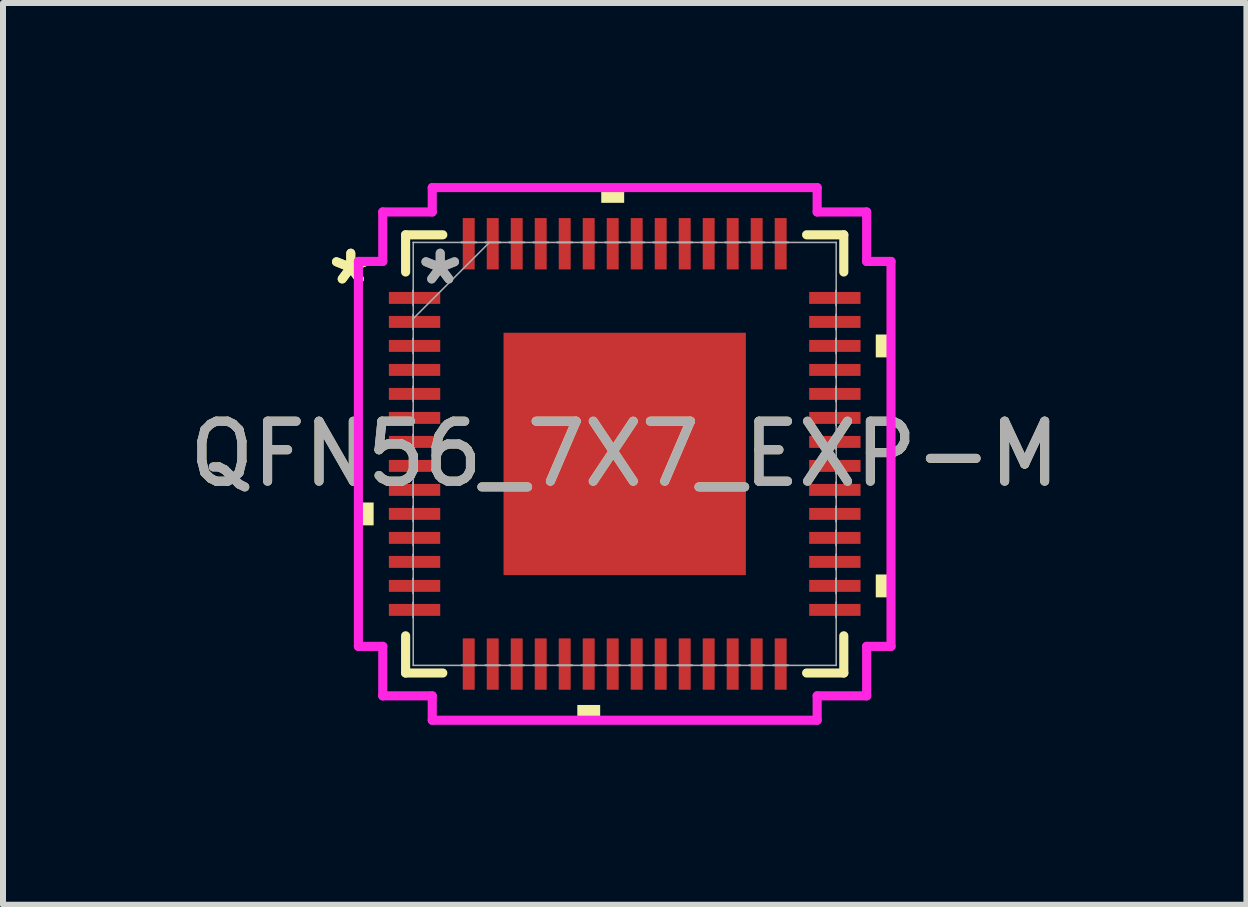
<source format=kicad_pcb>
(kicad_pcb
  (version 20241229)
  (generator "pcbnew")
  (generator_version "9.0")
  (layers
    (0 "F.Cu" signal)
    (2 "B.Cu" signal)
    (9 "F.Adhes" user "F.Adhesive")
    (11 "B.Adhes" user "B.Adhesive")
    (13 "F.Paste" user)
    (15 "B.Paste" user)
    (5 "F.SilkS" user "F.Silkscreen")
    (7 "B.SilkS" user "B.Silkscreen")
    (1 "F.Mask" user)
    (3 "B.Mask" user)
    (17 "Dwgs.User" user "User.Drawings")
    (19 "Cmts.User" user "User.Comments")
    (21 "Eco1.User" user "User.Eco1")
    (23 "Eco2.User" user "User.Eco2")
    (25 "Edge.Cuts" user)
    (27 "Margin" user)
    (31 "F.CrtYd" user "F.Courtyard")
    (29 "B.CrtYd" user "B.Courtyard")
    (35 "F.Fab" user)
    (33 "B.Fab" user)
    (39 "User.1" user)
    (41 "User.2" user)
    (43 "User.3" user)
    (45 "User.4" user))
  (footprint "QFN56_7X7_EXP-M"
    (layer "F.Cu")
    (at 7.363 4.516)
    (property "Reference" "QFN56_7X7_EXP-M" (at 0 0 0) (unlocked yes) (layer "F.SilkS") (effects (font (size 1 1) (thickness 0.15))))
    (attr smd)
    (fp_line (start -3.652 -3.652) (end -3.652 -3.032) (stroke (width 0.152) (type solid)) (layer "F.SilkS"))
    (fp_line (start -3.652 3.032) (end -3.652 3.652) (stroke (width 0.152) (type solid)) (layer "F.SilkS"))
    (fp_line (start -3.652 3.652) (end -3.032 3.652) (stroke (width 0.152) (type solid)) (layer "F.SilkS"))
    (fp_line (start -3.032 -3.652) (end -3.652 -3.652) (stroke (width 0.152) (type solid)) (layer "F.SilkS"))
    (fp_line (start 3.032 3.652) (end 3.652 3.652) (stroke (width 0.152) (type solid)) (layer "F.SilkS"))
    (fp_line (start 3.652 -3.652) (end 3.032 -3.652) (stroke (width 0.152) (type solid)) (layer "F.SilkS"))
    (fp_line (start 3.652 -3.032) (end 3.652 -3.652) (stroke (width 0.152) (type solid)) (layer "F.SilkS"))
    (fp_line (start 3.652 3.652) (end 3.652 3.032) (stroke (width 0.152) (type solid)) (layer "F.SilkS"))
    (fp_poly (pts (xy -4.439 0.81) (xy -4.439 1.191) (xy -4.185 1.191) (xy -4.185 0.81)) (stroke (width 0) (type solid)) (fill yes) (layer "F.SilkS"))
    (fp_poly (pts (xy -0.79 4.185) (xy -0.79 4.439) (xy -0.409 4.439) (xy -0.409 4.185)) (stroke (width 0) (type solid)) (fill yes) (layer "F.SilkS"))
    (fp_poly (pts (xy -0.391 -4.185) (xy -0.391 -4.439) (xy -0.009 -4.439) (xy -0.009 -4.185)) (stroke (width 0) (type solid)) (fill yes) (layer "F.SilkS"))
    (fp_poly (pts (xy 4.439 -1.99) (xy 4.439 -1.609) (xy 4.185 -1.609) (xy 4.185 -1.99)) (stroke (width 0) (type solid)) (fill yes) (layer "F.SilkS"))
    (fp_poly (pts (xy 4.439 2.01) (xy 4.439 2.391) (xy 4.185 2.391) (xy 4.185 2.01)) (stroke (width 0) (type solid)) (fill yes) (layer "F.SilkS"))
    (fp_poly (pts (xy -1.919 -1.919) (xy -1.919 -0.773) (xy -0.773 -0.773) (xy -0.773 -1.919)) (stroke (width 0) (type solid)) (fill yes) (layer "F.Paste"))
    (fp_poly (pts (xy -1.919 -0.573) (xy -1.919 0.573) (xy -0.773 0.573) (xy -0.773 -0.573)) (stroke (width 0) (type solid)) (fill yes) (layer "F.Paste"))
    (fp_poly (pts (xy -1.919 0.773) (xy -1.919 1.919) (xy -0.773 1.919) (xy -0.773 0.773)) (stroke (width 0) (type solid)) (fill yes) (layer "F.Paste"))
    (fp_poly (pts (xy -0.573 -1.919) (xy -0.573 -0.773) (xy 0.573 -0.773) (xy 0.573 -1.919)) (stroke (width 0) (type solid)) (fill yes) (layer "F.Paste"))
    (fp_poly (pts (xy -0.573 -0.573) (xy -0.573 0.573) (xy 0.573 0.573) (xy 0.573 -0.573)) (stroke (width 0) (type solid)) (fill yes) (layer "F.Paste"))
    (fp_poly (pts (xy -0.573 0.773) (xy -0.573 1.919) (xy 0.573 1.919) (xy 0.573 0.773)) (stroke (width 0) (type solid)) (fill yes) (layer "F.Paste"))
    (fp_poly (pts (xy 0.773 -1.919) (xy 0.773 -0.773) (xy 1.919 -0.773) (xy 1.919 -1.919)) (stroke (width 0) (type solid)) (fill yes) (layer "F.Paste"))
    (fp_poly (pts (xy 0.773 -0.573) (xy 0.773 0.573) (xy 1.919 0.573) (xy 1.919 -0.573)) (stroke (width 0) (type solid)) (fill yes) (layer "F.Paste"))
    (fp_poly (pts (xy 0.773 0.773) (xy 0.773 1.919) (xy 1.919 1.919) (xy 1.919 0.773)) (stroke (width 0) (type solid)) (fill yes) (layer "F.Paste"))
    (fp_line (start -4.439 -3.208) (end -4.033 -3.208) (stroke (width 0.152) (type solid)) (layer "F.CrtYd"))
    (fp_line (start -4.439 3.208) (end -4.439 -3.208) (stroke (width 0.152) (type solid)) (layer "F.CrtYd"))
    (fp_line (start -4.033 -4.033) (end -3.208 -4.033) (stroke (width 0.152) (type solid)) (layer "F.CrtYd"))
    (fp_line (start -4.033 -3.208) (end -4.033 -4.033) (stroke (width 0.152) (type solid)) (layer "F.CrtYd"))
    (fp_line (start -4.033 3.208) (end -4.439 3.208) (stroke (width 0.152) (type solid)) (layer "F.CrtYd"))
    (fp_line (start -4.033 4.033) (end -4.033 3.208) (stroke (width 0.152) (type solid)) (layer "F.CrtYd"))
    (fp_line (start -3.208 -4.439) (end 3.208 -4.439) (stroke (width 0.152) (type solid)) (layer "F.CrtYd"))
    (fp_line (start -3.208 -4.033) (end -3.208 -4.439) (stroke (width 0.152) (type solid)) (layer "F.CrtYd"))
    (fp_line (start -3.208 4.033) (end -4.033 4.033) (stroke (width 0.152) (type solid)) (layer "F.CrtYd"))
    (fp_line (start -3.208 4.439) (end -3.208 4.033) (stroke (width 0.152) (type solid)) (layer "F.CrtYd"))
    (fp_line (start 3.208 -4.439) (end 3.208 -4.033) (stroke (width 0.152) (type solid)) (layer "F.CrtYd"))
    (fp_line (start 3.208 -4.033) (end 4.033 -4.033) (stroke (width 0.152) (type solid)) (layer "F.CrtYd"))
    (fp_line (start 3.208 4.033) (end 3.208 4.439) (stroke (width 0.152) (type solid)) (layer "F.CrtYd"))
    (fp_line (start 3.208 4.439) (end -3.208 4.439) (stroke (width 0.152) (type solid)) (layer "F.CrtYd"))
    (fp_line (start 4.033 -4.033) (end 4.033 -3.208) (stroke (width 0.152) (type solid)) (layer "F.CrtYd"))
    (fp_line (start 4.033 -3.208) (end 4.439 -3.208) (stroke (width 0.152) (type solid)) (layer "F.CrtYd"))
    (fp_line (start 4.033 3.208) (end 4.033 4.033) (stroke (width 0.152) (type solid)) (layer "F.CrtYd"))
    (fp_line (start 4.033 4.033) (end 3.208 4.033) (stroke (width 0.152) (type solid)) (layer "F.CrtYd"))
    (fp_line (start 4.439 -3.208) (end 4.439 3.208) (stroke (width 0.152) (type solid)) (layer "F.CrtYd"))
    (fp_line (start 4.439 3.208) (end 4.033 3.208) (stroke (width 0.152) (type solid)) (layer "F.CrtYd"))
    (fp_line (start -3.525 -3.525) (end -3.525 -3.525) (stroke (width 0.025) (type solid)) (layer "F.Fab"))
    (fp_line (start -3.525 -3.525) (end -3.525 3.525) (stroke (width 0.025) (type solid)) (layer "F.Fab"))
    (fp_line (start -3.525 -2.725) (end -3.525 -2.725) (stroke (width 0.025) (type solid)) (layer "F.Fab"))
    (fp_line (start -3.525 -2.725) (end -3.525 -2.475) (stroke (width 0.025) (type solid)) (layer "F.Fab"))
    (fp_line (start -3.525 -2.475) (end -3.525 -2.725) (stroke (width 0.025) (type solid)) (layer "F.Fab"))
    (fp_line (start -3.525 -2.475) (end -3.525 -2.475) (stroke (width 0.025) (type solid)) (layer "F.Fab"))
    (fp_line (start -3.525 -2.325) (end -3.525 -2.325) (stroke (width 0.025) (type solid)) (layer "F.Fab"))
    (fp_line (start -3.525 -2.325) (end -3.525 -2.075) (stroke (width 0.025) (type solid)) (layer "F.Fab"))
    (fp_line (start -3.525 -2.255) (end -2.255 -3.525) (stroke (width 0.025) (type solid)) (layer "F.Fab"))
    (fp_line (start -3.525 -2.075) (end -3.525 -2.325) (stroke (width 0.025) (type solid)) (layer "F.Fab"))
    (fp_line (start -3.525 -2.075) (end -3.525 -2.075) (stroke (width 0.025) (type solid)) (layer "F.Fab"))
    (fp_line (start -3.525 -1.925) (end -3.525 -1.925) (stroke (width 0.025) (type solid)) (layer "F.Fab"))
    (fp_line (start -3.525 -1.925) (end -3.525 -1.675) (stroke (width 0.025) (type solid)) (layer "F.Fab"))
    (fp_line (start -3.525 -1.675) (end -3.525 -1.925) (stroke (width 0.025) (type solid)) (layer "F.Fab"))
    (fp_line (start -3.525 -1.675) (end -3.525 -1.675) (stroke (width 0.025) (type solid)) (layer "F.Fab"))
    (fp_line (start -3.525 -1.525) (end -3.525 -1.525) (stroke (width 0.025) (type solid)) (layer "F.Fab"))
    (fp_line (start -3.525 -1.525) (end -3.525 -1.275) (stroke (width 0.025) (type solid)) (layer "F.Fab"))
    (fp_line (start -3.525 -1.275) (end -3.525 -1.525) (stroke (width 0.025) (type solid)) (layer "F.Fab"))
    (fp_line (start -3.525 -1.275) (end -3.525 -1.275) (stroke (width 0.025) (type solid)) (layer "F.Fab"))
    (fp_line (start -3.525 -1.125) (end -3.525 -1.125) (stroke (width 0.025) (type solid)) (layer "F.Fab"))
    (fp_line (start -3.525 -1.125) (end -3.525 -0.875) (stroke (width 0.025) (type solid)) (layer "F.Fab"))
    (fp_line (start -3.525 -0.875) (end -3.525 -1.125) (stroke (width 0.025) (type solid)) (layer "F.Fab"))
    (fp_line (start -3.525 -0.875) (end -3.525 -0.875) (stroke (width 0.025) (type solid)) (layer "F.Fab"))
    (fp_line (start -3.525 -0.725) (end -3.525 -0.725) (stroke (width 0.025) (type solid)) (layer "F.Fab"))
    (fp_line (start -3.525 -0.725) (end -3.525 -0.475) (stroke (width 0.025) (type solid)) (layer "F.Fab"))
    (fp_line (start -3.525 -0.475) (end -3.525 -0.725) (stroke (width 0.025) (type solid)) (layer "F.Fab"))
    (fp_line (start -3.525 -0.475) (end -3.525 -0.475) (stroke (width 0.025) (type solid)) (layer "F.Fab"))
    (fp_line (start -3.525 -0.325) (end -3.525 -0.325) (stroke (width 0.025) (type solid)) (layer "F.Fab"))
    (fp_line (start -3.525 -0.325) (end -3.525 -0.075) (stroke (width 0.025) (type solid)) (layer "F.Fab"))
    (fp_line (start -3.525 -0.075) (end -3.525 -0.325) (stroke (width 0.025) (type solid)) (layer "F.Fab"))
    (fp_line (start -3.525 -0.075) (end -3.525 -0.075) (stroke (width 0.025) (type solid)) (layer "F.Fab"))
    (fp_line (start -3.525 0.075) (end -3.525 0.075) (stroke (width 0.025) (type solid)) (layer "F.Fab"))
    (fp_line (start -3.525 0.075) (end -3.525 0.325) (stroke (width 0.025) (type solid)) (layer "F.Fab"))
    (fp_line (start -3.525 0.325) (end -3.525 0.075) (stroke (width 0.025) (type solid)) (layer "F.Fab"))
    (fp_line (start -3.525 0.325) (end -3.525 0.325) (stroke (width 0.025) (type solid)) (layer "F.Fab"))
    (fp_line (start -3.525 0.475) (end -3.525 0.475) (stroke (width 0.025) (type solid)) (layer "F.Fab"))
    (fp_line (start -3.525 0.475) (end -3.525 0.725) (stroke (width 0.025) (type solid)) (layer "F.Fab"))
    (fp_line (start -3.525 0.725) (end -3.525 0.475) (stroke (width 0.025) (type solid)) (layer "F.Fab"))
    (fp_line (start -3.525 0.725) (end -3.525 0.725) (stroke (width 0.025) (type solid)) (layer "F.Fab"))
    (fp_line (start -3.525 0.875) (end -3.525 0.875) (stroke (width 0.025) (type solid)) (layer "F.Fab"))
    (fp_line (start -3.525 0.875) (end -3.525 1.125) (stroke (width 0.025) (type solid)) (layer "F.Fab"))
    (fp_line (start -3.525 1.125) (end -3.525 0.875) (stroke (width 0.025) (type solid)) (layer "F.Fab"))
    (fp_line (start -3.525 1.125) (end -3.525 1.125) (stroke (width 0.025) (type solid)) (layer "F.Fab"))
    (fp_line (start -3.525 1.275) (end -3.525 1.275) (stroke (width 0.025) (type solid)) (layer "F.Fab"))
    (fp_line (start -3.525 1.275) (end -3.525 1.525) (stroke (width 0.025) (type solid)) (layer "F.Fab"))
    (fp_line (start -3.525 1.525) (end -3.525 1.275) (stroke (width 0.025) (type solid)) (layer "F.Fab"))
    (fp_line (start -3.525 1.525) (end -3.525 1.525) (stroke (width 0.025) (type solid)) (layer "F.Fab"))
    (fp_line (start -3.525 1.675) (end -3.525 1.675) (stroke (width 0.025) (type solid)) (layer "F.Fab"))
    (fp_line (start -3.525 1.675) (end -3.525 1.925) (stroke (width 0.025) (type solid)) (layer "F.Fab"))
    (fp_line (start -3.525 1.925) (end -3.525 1.675) (stroke (width 0.025) (type solid)) (layer "F.Fab"))
    (fp_line (start -3.525 1.925) (end -3.525 1.925) (stroke (width 0.025) (type solid)) (layer "F.Fab"))
    (fp_line (start -3.525 2.075) (end -3.525 2.075) (stroke (width 0.025) (type solid)) (layer "F.Fab"))
    (fp_line (start -3.525 2.075) (end -3.525 2.325) (stroke (width 0.025) (type solid)) (layer "F.Fab"))
    (fp_line (start -3.525 2.325) (end -3.525 2.075) (stroke (width 0.025) (type solid)) (layer "F.Fab"))
    (fp_line (start -3.525 2.325) (end -3.525 2.325) (stroke (width 0.025) (type solid)) (layer "F.Fab"))
    (fp_line (start -3.525 2.475) (end -3.525 2.475) (stroke (width 0.025) (type solid)) (layer "F.Fab"))
    (fp_line (start -3.525 2.475) (end -3.525 2.725) (stroke (width 0.025) (type solid)) (layer "F.Fab"))
    (fp_line (start -3.525 2.725) (end -3.525 2.475) (stroke (width 0.025) (type solid)) (layer "F.Fab"))
    (fp_line (start -3.525 2.725) (end -3.525 2.725) (stroke (width 0.025) (type solid)) (layer "F.Fab"))
    (fp_line (start -3.525 3.525) (end -3.525 3.525) (stroke (width 0.025) (type solid)) (layer "F.Fab"))
    (fp_line (start -3.525 3.525) (end 3.525 3.525) (stroke (width 0.025) (type solid)) (layer "F.Fab"))
    (fp_line (start -2.725 -3.525) (end -2.725 -3.525) (stroke (width 0.025) (type solid)) (layer "F.Fab"))
    (fp_line (start -2.725 -3.525) (end -2.475 -3.525) (stroke (width 0.025) (type solid)) (layer "F.Fab"))
    (fp_line (start -2.725 3.525) (end -2.725 3.525) (stroke (width 0.025) (type solid)) (layer "F.Fab"))
    (fp_line (start -2.725 3.525) (end -2.475 3.525) (stroke (width 0.025) (type solid)) (layer "F.Fab"))
    (fp_line (start -2.475 -3.525) (end -2.725 -3.525) (stroke (width 0.025) (type solid)) (layer "F.Fab"))
    (fp_line (start -2.475 -3.525) (end -2.475 -3.525) (stroke (width 0.025) (type solid)) (layer "F.Fab"))
    (fp_line (start -2.475 3.525) (end -2.725 3.525) (stroke (width 0.025) (type solid)) (layer "F.Fab"))
    (fp_line (start -2.475 3.525) (end -2.475 3.525) (stroke (width 0.025) (type solid)) (layer "F.Fab"))
    (fp_line (start -2.325 -3.525) (end -2.325 -3.525) (stroke (width 0.025) (type solid)) (layer "F.Fab"))
    (fp_line (start -2.325 -3.525) (end -2.075 -3.525) (stroke (width 0.025) (type solid)) (layer "F.Fab"))
    (fp_line (start -2.325 3.525) (end -2.325 3.525) (stroke (width 0.025) (type solid)) (layer "F.Fab"))
    (fp_line (start -2.325 3.525) (end -2.075 3.525) (stroke (width 0.025) (type solid)) (layer "F.Fab"))
    (fp_line (start -2.075 -3.525) (end -2.325 -3.525) (stroke (width 0.025) (type solid)) (layer "F.Fab"))
    (fp_line (start -2.075 -3.525) (end -2.075 -3.525) (stroke (width 0.025) (type solid)) (layer "F.Fab"))
    (fp_line (start -2.075 3.525) (end -2.325 3.525) (stroke (width 0.025) (type solid)) (layer "F.Fab"))
    (fp_line (start -2.075 3.525) (end -2.075 3.525) (stroke (width 0.025) (type solid)) (layer "F.Fab"))
    (fp_line (start -1.925 -3.525) (end -1.925 -3.525) (stroke (width 0.025) (type solid)) (layer "F.Fab"))
    (fp_line (start -1.925 -3.525) (end -1.675 -3.525) (stroke (width 0.025) (type solid)) (layer "F.Fab"))
    (fp_line (start -1.925 3.525) (end -1.925 3.525) (stroke (width 0.025) (type solid)) (layer "F.Fab"))
    (fp_line (start -1.925 3.525) (end -1.675 3.525) (stroke (width 0.025) (type solid)) (layer "F.Fab"))
    (fp_line (start -1.675 -3.525) (end -1.925 -3.525) (stroke (width 0.025) (type solid)) (layer "F.Fab"))
    (fp_line (start -1.675 -3.525) (end -1.675 -3.525) (stroke (width 0.025) (type solid)) (layer "F.Fab"))
    (fp_line (start -1.675 3.525) (end -1.925 3.525) (stroke (width 0.025) (type solid)) (layer "F.Fab"))
    (fp_line (start -1.675 3.525) (end -1.675 3.525) (stroke (width 0.025) (type solid)) (layer "F.Fab"))
    (fp_line (start -1.525 -3.525) (end -1.525 -3.525) (stroke (width 0.025) (type solid)) (layer "F.Fab"))
    (fp_line (start -1.525 -3.525) (end -1.275 -3.525) (stroke (width 0.025) (type solid)) (layer "F.Fab"))
    (fp_line (start -1.525 3.525) (end -1.525 3.525) (stroke (width 0.025) (type solid)) (layer "F.Fab"))
    (fp_line (start -1.525 3.525) (end -1.275 3.525) (stroke (width 0.025) (type solid)) (layer "F.Fab"))
    (fp_line (start -1.275 -3.525) (end -1.525 -3.525) (stroke (width 0.025) (type solid)) (layer "F.Fab"))
    (fp_line (start -1.275 -3.525) (end -1.275 -3.525) (stroke (width 0.025) (type solid)) (layer "F.Fab"))
    (fp_line (start -1.275 3.525) (end -1.525 3.525) (stroke (width 0.025) (type solid)) (layer "F.Fab"))
    (fp_line (start -1.275 3.525) (end -1.275 3.525) (stroke (width 0.025) (type solid)) (layer "F.Fab"))
    (fp_line (start -1.125 -3.525) (end -1.125 -3.525) (stroke (width 0.025) (type solid)) (layer "F.Fab"))
    (fp_line (start -1.125 -3.525) (end -0.875 -3.525) (stroke (width 0.025) (type solid)) (layer "F.Fab"))
    (fp_line (start -1.125 3.525) (end -1.125 3.525) (stroke (width 0.025) (type solid)) (layer "F.Fab"))
    (fp_line (start -1.125 3.525) (end -0.875 3.525) (stroke (width 0.025) (type solid)) (layer "F.Fab"))
    (fp_line (start -0.875 -3.525) (end -1.125 -3.525) (stroke (width 0.025) (type solid)) (layer "F.Fab"))
    (fp_line (start -0.875 -3.525) (end -0.875 -3.525) (stroke (width 0.025) (type solid)) (layer "F.Fab"))
    (fp_line (start -0.875 3.525) (end -1.125 3.525) (stroke (width 0.025) (type solid)) (layer "F.Fab"))
    (fp_line (start -0.875 3.525) (end -0.875 3.525) (stroke (width 0.025) (type solid)) (layer "F.Fab"))
    (fp_line (start -0.725 -3.525) (end -0.725 -3.525) (stroke (width 0.025) (type solid)) (layer "F.Fab"))
    (fp_line (start -0.725 -3.525) (end -0.475 -3.525) (stroke (width 0.025) (type solid)) (layer "F.Fab"))
    (fp_line (start -0.725 3.525) (end -0.725 3.525) (stroke (width 0.025) (type solid)) (layer "F.Fab"))
    (fp_line (start -0.725 3.525) (end -0.475 3.525) (stroke (width 0.025) (type solid)) (layer "F.Fab"))
    (fp_line (start -0.475 -3.525) (end -0.725 -3.525) (stroke (width 0.025) (type solid)) (layer "F.Fab"))
    (fp_line (start -0.475 -3.525) (end -0.475 -3.525) (stroke (width 0.025) (type solid)) (layer "F.Fab"))
    (fp_line (start -0.475 3.525) (end -0.725 3.525) (stroke (width 0.025) (type solid)) (layer "F.Fab"))
    (fp_line (start -0.475 3.525) (end -0.475 3.525) (stroke (width 0.025) (type solid)) (layer "F.Fab"))
    (fp_line (start -0.325 -3.525) (end -0.325 -3.525) (stroke (width 0.025) (type solid)) (layer "F.Fab"))
    (fp_line (start -0.325 -3.525) (end -0.075 -3.525) (stroke (width 0.025) (type solid)) (layer "F.Fab"))
    (fp_line (start -0.325 3.525) (end -0.325 3.525) (stroke (width 0.025) (type solid)) (layer "F.Fab"))
    (fp_line (start -0.325 3.525) (end -0.075 3.525) (stroke (width 0.025) (type solid)) (layer "F.Fab"))
    (fp_line (start -0.075 -3.525) (end -0.325 -3.525) (stroke (width 0.025) (type solid)) (layer "F.Fab"))
    (fp_line (start -0.075 -3.525) (end -0.075 -3.525) (stroke (width 0.025) (type solid)) (layer "F.Fab"))
    (fp_line (start -0.075 3.525) (end -0.325 3.525) (stroke (width 0.025) (type solid)) (layer "F.Fab"))
    (fp_line (start -0.075 3.525) (end -0.075 3.525) (stroke (width 0.025) (type solid)) (layer "F.Fab"))
    (fp_line (start 0.075 -3.525) (end 0.075 -3.525) (stroke (width 0.025) (type solid)) (layer "F.Fab"))
    (fp_line (start 0.075 -3.525) (end 0.325 -3.525) (stroke (width 0.025) (type solid)) (layer "F.Fab"))
    (fp_line (start 0.075 3.525) (end 0.075 3.525) (stroke (width 0.025) (type solid)) (layer "F.Fab"))
    (fp_line (start 0.075 3.525) (end 0.325 3.525) (stroke (width 0.025) (type solid)) (layer "F.Fab"))
    (fp_line (start 0.325 -3.525) (end 0.075 -3.525) (stroke (width 0.025) (type solid)) (layer "F.Fab"))
    (fp_line (start 0.325 -3.525) (end 0.325 -3.525) (stroke (width 0.025) (type solid)) (layer "F.Fab"))
    (fp_line (start 0.325 3.525) (end 0.075 3.525) (stroke (width 0.025) (type solid)) (layer "F.Fab"))
    (fp_line (start 0.325 3.525) (end 0.325 3.525) (stroke (width 0.025) (type solid)) (layer "F.Fab"))
    (fp_line (start 0.475 -3.525) (end 0.475 -3.525) (stroke (width 0.025) (type solid)) (layer "F.Fab"))
    (fp_line (start 0.475 -3.525) (end 0.725 -3.525) (stroke (width 0.025) (type solid)) (layer "F.Fab"))
    (fp_line (start 0.475 3.525) (end 0.475 3.525) (stroke (width 0.025) (type solid)) (layer "F.Fab"))
    (fp_line (start 0.475 3.525) (end 0.725 3.525) (stroke (width 0.025) (type solid)) (layer "F.Fab"))
    (fp_line (start 0.725 -3.525) (end 0.475 -3.525) (stroke (width 0.025) (type solid)) (layer "F.Fab"))
    (fp_line (start 0.725 -3.525) (end 0.725 -3.525) (stroke (width 0.025) (type solid)) (layer "F.Fab"))
    (fp_line (start 0.725 3.525) (end 0.475 3.525) (stroke (width 0.025) (type solid)) (layer "F.Fab"))
    (fp_line (start 0.725 3.525) (end 0.725 3.525) (stroke (width 0.025) (type solid)) (layer "F.Fab"))
    (fp_line (start 0.875 -3.525) (end 0.875 -3.525) (stroke (width 0.025) (type solid)) (layer "F.Fab"))
    (fp_line (start 0.875 -3.525) (end 1.125 -3.525) (stroke (width 0.025) (type solid)) (layer "F.Fab"))
    (fp_line (start 0.875 3.525) (end 0.875 3.525) (stroke (width 0.025) (type solid)) (layer "F.Fab"))
    (fp_line (start 0.875 3.525) (end 1.125 3.525) (stroke (width 0.025) (type solid)) (layer "F.Fab"))
    (fp_line (start 1.125 -3.525) (end 0.875 -3.525) (stroke (width 0.025) (type solid)) (layer "F.Fab"))
    (fp_line (start 1.125 -3.525) (end 1.125 -3.525) (stroke (width 0.025) (type solid)) (layer "F.Fab"))
    (fp_line (start 1.125 3.525) (end 0.875 3.525) (stroke (width 0.025) (type solid)) (layer "F.Fab"))
    (fp_line (start 1.125 3.525) (end 1.125 3.525) (stroke (width 0.025) (type solid)) (layer "F.Fab"))
    (fp_line (start 1.275 -3.525) (end 1.275 -3.525) (stroke (width 0.025) (type solid)) (layer "F.Fab"))
    (fp_line (start 1.275 -3.525) (end 1.525 -3.525) (stroke (width 0.025) (type solid)) (layer "F.Fab"))
    (fp_line (start 1.275 3.525) (end 1.275 3.525) (stroke (width 0.025) (type solid)) (layer "F.Fab"))
    (fp_line (start 1.275 3.525) (end 1.525 3.525) (stroke (width 0.025) (type solid)) (layer "F.Fab"))
    (fp_line (start 1.525 -3.525) (end 1.275 -3.525) (stroke (width 0.025) (type solid)) (layer "F.Fab"))
    (fp_line (start 1.525 -3.525) (end 1.525 -3.525) (stroke (width 0.025) (type solid)) (layer "F.Fab"))
    (fp_line (start 1.525 3.525) (end 1.275 3.525) (stroke (width 0.025) (type solid)) (layer "F.Fab"))
    (fp_line (start 1.525 3.525) (end 1.525 3.525) (stroke (width 0.025) (type solid)) (layer "F.Fab"))
    (fp_line (start 1.675 -3.525) (end 1.675 -3.525) (stroke (width 0.025) (type solid)) (layer "F.Fab"))
    (fp_line (start 1.675 -3.525) (end 1.925 -3.525) (stroke (width 0.025) (type solid)) (layer "F.Fab"))
    (fp_line (start 1.675 3.525) (end 1.675 3.525) (stroke (width 0.025) (type solid)) (layer "F.Fab"))
    (fp_line (start 1.675 3.525) (end 1.925 3.525) (stroke (width 0.025) (type solid)) (layer "F.Fab"))
    (fp_line (start 1.925 -3.525) (end 1.675 -3.525) (stroke (width 0.025) (type solid)) (layer "F.Fab"))
    (fp_line (start 1.925 -3.525) (end 1.925 -3.525) (stroke (width 0.025) (type solid)) (layer "F.Fab"))
    (fp_line (start 1.925 3.525) (end 1.675 3.525) (stroke (width 0.025) (type solid)) (layer "F.Fab"))
    (fp_line (start 1.925 3.525) (end 1.925 3.525) (stroke (width 0.025) (type solid)) (layer "F.Fab"))
    (fp_line (start 2.075 -3.525) (end 2.075 -3.525) (stroke (width 0.025) (type solid)) (layer "F.Fab"))
    (fp_line (start 2.075 -3.525) (end 2.325 -3.525) (stroke (width 0.025) (type solid)) (layer "F.Fab"))
    (fp_line (start 2.075 3.525) (end 2.075 3.525) (stroke (width 0.025) (type solid)) (layer "F.Fab"))
    (fp_line (start 2.075 3.525) (end 2.325 3.525) (stroke (width 0.025) (type solid)) (layer "F.Fab"))
    (fp_line (start 2.325 -3.525) (end 2.075 -3.525) (stroke (width 0.025) (type solid)) (layer "F.Fab"))
    (fp_line (start 2.325 -3.525) (end 2.325 -3.525) (stroke (width 0.025) (type solid)) (layer "F.Fab"))
    (fp_line (start 2.325 3.525) (end 2.075 3.525) (stroke (width 0.025) (type solid)) (layer "F.Fab"))
    (fp_line (start 2.325 3.525) (end 2.325 3.525) (stroke (width 0.025) (type solid)) (layer "F.Fab"))
    (fp_line (start 2.475 -3.525) (end 2.475 -3.525) (stroke (width 0.025) (type solid)) (layer "F.Fab"))
    (fp_line (start 2.475 -3.525) (end 2.725 -3.525) (stroke (width 0.025) (type solid)) (layer "F.Fab"))
    (fp_line (start 2.475 3.525) (end 2.475 3.525) (stroke (width 0.025) (type solid)) (layer "F.Fab"))
    (fp_line (start 2.475 3.525) (end 2.725 3.525) (stroke (width 0.025) (type solid)) (layer "F.Fab"))
    (fp_line (start 2.725 -3.525) (end 2.475 -3.525) (stroke (width 0.025) (type solid)) (layer "F.Fab"))
    (fp_line (start 2.725 -3.525) (end 2.725 -3.525) (stroke (width 0.025) (type solid)) (layer "F.Fab"))
    (fp_line (start 2.725 3.525) (end 2.475 3.525) (stroke (width 0.025) (type solid)) (layer "F.Fab"))
    (fp_line (start 2.725 3.525) (end 2.725 3.525) (stroke (width 0.025) (type solid)) (layer "F.Fab"))
    (fp_line (start 3.525 -3.525) (end -3.525 -3.525) (stroke (width 0.025) (type solid)) (layer "F.Fab"))
    (fp_line (start 3.525 -3.525) (end 3.525 -3.525) (stroke (width 0.025) (type solid)) (layer "F.Fab"))
    (fp_line (start 3.525 -2.725) (end 3.525 -2.725) (stroke (width 0.025) (type solid)) (layer "F.Fab"))
    (fp_line (start 3.525 -2.725) (end 3.525 -2.475) (stroke (width 0.025) (type solid)) (layer "F.Fab"))
    (fp_line (start 3.525 -2.475) (end 3.525 -2.725) (stroke (width 0.025) (type solid)) (layer "F.Fab"))
    (fp_line (start 3.525 -2.475) (end 3.525 -2.475) (stroke (width 0.025) (type solid)) (layer "F.Fab"))
    (fp_line (start 3.525 -2.325) (end 3.525 -2.325) (stroke (width 0.025) (type solid)) (layer "F.Fab"))
    (fp_line (start 3.525 -2.325) (end 3.525 -2.075) (stroke (width 0.025) (type solid)) (layer "F.Fab"))
    (fp_line (start 3.525 -2.075) (end 3.525 -2.325) (stroke (width 0.025) (type solid)) (layer "F.Fab"))
    (fp_line (start 3.525 -2.075) (end 3.525 -2.075) (stroke (width 0.025) (type solid)) (layer "F.Fab"))
    (fp_line (start 3.525 -1.925) (end 3.525 -1.925) (stroke (width 0.025) (type solid)) (layer "F.Fab"))
    (fp_line (start 3.525 -1.925) (end 3.525 -1.675) (stroke (width 0.025) (type solid)) (layer "F.Fab"))
    (fp_line (start 3.525 -1.675) (end 3.525 -1.925) (stroke (width 0.025) (type solid)) (layer "F.Fab"))
    (fp_line (start 3.525 -1.675) (end 3.525 -1.675) (stroke (width 0.025) (type solid)) (layer "F.Fab"))
    (fp_line (start 3.525 -1.525) (end 3.525 -1.525) (stroke (width 0.025) (type solid)) (layer "F.Fab"))
    (fp_line (start 3.525 -1.525) (end 3.525 -1.275) (stroke (width 0.025) (type solid)) (layer "F.Fab"))
    (fp_line (start 3.525 -1.275) (end 3.525 -1.525) (stroke (width 0.025) (type solid)) (layer "F.Fab"))
    (fp_line (start 3.525 -1.275) (end 3.525 -1.275) (stroke (width 0.025) (type solid)) (layer "F.Fab"))
    (fp_line (start 3.525 -1.125) (end 3.525 -1.125) (stroke (width 0.025) (type solid)) (layer "F.Fab"))
    (fp_line (start 3.525 -1.125) (end 3.525 -0.875) (stroke (width 0.025) (type solid)) (layer "F.Fab"))
    (fp_line (start 3.525 -0.875) (end 3.525 -1.125) (stroke (width 0.025) (type solid)) (layer "F.Fab"))
    (fp_line (start 3.525 -0.875) (end 3.525 -0.875) (stroke (width 0.025) (type solid)) (layer "F.Fab"))
    (fp_line (start 3.525 -0.725) (end 3.525 -0.725) (stroke (width 0.025) (type solid)) (layer "F.Fab"))
    (fp_line (start 3.525 -0.725) (end 3.525 -0.475) (stroke (width 0.025) (type solid)) (layer "F.Fab"))
    (fp_line (start 3.525 -0.475) (end 3.525 -0.725) (stroke (width 0.025) (type solid)) (layer "F.Fab"))
    (fp_line (start 3.525 -0.475) (end 3.525 -0.475) (stroke (width 0.025) (type solid)) (layer "F.Fab"))
    (fp_line (start 3.525 -0.325) (end 3.525 -0.325) (stroke (width 0.025) (type solid)) (layer "F.Fab"))
    (fp_line (start 3.525 -0.325) (end 3.525 -0.075) (stroke (width 0.025) (type solid)) (layer "F.Fab"))
    (fp_line (start 3.525 -0.075) (end 3.525 -0.325) (stroke (width 0.025) (type solid)) (layer "F.Fab"))
    (fp_line (start 3.525 -0.075) (end 3.525 -0.075) (stroke (width 0.025) (type solid)) (layer "F.Fab"))
    (fp_line (start 3.525 0.075) (end 3.525 0.075) (stroke (width 0.025) (type solid)) (layer "F.Fab"))
    (fp_line (start 3.525 0.075) (end 3.525 0.325) (stroke (width 0.025) (type solid)) (layer "F.Fab"))
    (fp_line (start 3.525 0.325) (end 3.525 0.075) (stroke (width 0.025) (type solid)) (layer "F.Fab"))
    (fp_line (start 3.525 0.325) (end 3.525 0.325) (stroke (width 0.025) (type solid)) (layer "F.Fab"))
    (fp_line (start 3.525 0.475) (end 3.525 0.475) (stroke (width 0.025) (type solid)) (layer "F.Fab"))
    (fp_line (start 3.525 0.475) (end 3.525 0.725) (stroke (width 0.025) (type solid)) (layer "F.Fab"))
    (fp_line (start 3.525 0.725) (end 3.525 0.475) (stroke (width 0.025) (type solid)) (layer "F.Fab"))
    (fp_line (start 3.525 0.725) (end 3.525 0.725) (stroke (width 0.025) (type solid)) (layer "F.Fab"))
    (fp_line (start 3.525 0.875) (end 3.525 0.875) (stroke (width 0.025) (type solid)) (layer "F.Fab"))
    (fp_line (start 3.525 0.875) (end 3.525 1.125) (stroke (width 0.025) (type solid)) (layer "F.Fab"))
    (fp_line (start 3.525 1.125) (end 3.525 0.875) (stroke (width 0.025) (type solid)) (layer "F.Fab"))
    (fp_line (start 3.525 1.125) (end 3.525 1.125) (stroke (width 0.025) (type solid)) (layer "F.Fab"))
    (fp_line (start 3.525 1.275) (end 3.525 1.275) (stroke (width 0.025) (type solid)) (layer "F.Fab"))
    (fp_line (start 3.525 1.275) (end 3.525 1.525) (stroke (width 0.025) (type solid)) (layer "F.Fab"))
    (fp_line (start 3.525 1.525) (end 3.525 1.275) (stroke (width 0.025) (type solid)) (layer "F.Fab"))
    (fp_line (start 3.525 1.525) (end 3.525 1.525) (stroke (width 0.025) (type solid)) (layer "F.Fab"))
    (fp_line (start 3.525 1.675) (end 3.525 1.675) (stroke (width 0.025) (type solid)) (layer "F.Fab"))
    (fp_line (start 3.525 1.675) (end 3.525 1.925) (stroke (width 0.025) (type solid)) (layer "F.Fab"))
    (fp_line (start 3.525 1.925) (end 3.525 1.675) (stroke (width 0.025) (type solid)) (layer "F.Fab"))
    (fp_line (start 3.525 1.925) (end 3.525 1.925) (stroke (width 0.025) (type solid)) (layer "F.Fab"))
    (fp_line (start 3.525 2.075) (end 3.525 2.075) (stroke (width 0.025) (type solid)) (layer "F.Fab"))
    (fp_line (start 3.525 2.075) (end 3.525 2.325) (stroke (width 0.025) (type solid)) (layer "F.Fab"))
    (fp_line (start 3.525 2.325) (end 3.525 2.075) (stroke (width 0.025) (type solid)) (layer "F.Fab"))
    (fp_line (start 3.525 2.325) (end 3.525 2.325) (stroke (width 0.025) (type solid)) (layer "F.Fab"))
    (fp_line (start 3.525 2.475) (end 3.525 2.475) (stroke (width 0.025) (type solid)) (layer "F.Fab"))
    (fp_line (start 3.525 2.475) (end 3.525 2.725) (stroke (width 0.025) (type solid)) (layer "F.Fab"))
    (fp_line (start 3.525 2.725) (end 3.525 2.475) (stroke (width 0.025) (type solid)) (layer "F.Fab"))
    (fp_line (start 3.525 2.725) (end 3.525 2.725) (stroke (width 0.025) (type solid)) (layer "F.Fab"))
    (fp_line (start 3.525 3.525) (end 3.525 -3.525) (stroke (width 0.025) (type solid)) (layer "F.Fab"))
    (fp_line (start 3.525 3.525) (end 3.525 3.525) (stroke (width 0.025) (type solid)) (layer "F.Fab"))
    (fp_text user "*" (at -4.566 -2.8 0) (unlocked yes) (layer "F.SilkS") (effects (font (size 1 1) (thickness 0.15))))
    (fp_text user "*" (at -4.566 -2.8 0) (layer "F.SilkS") (effects (font (size 1 1) (thickness 0.15))))
    (fp_text user "${REFERENCE}" (at 0 0 0) (unlocked yes) (layer "F.Fab") (effects (font (size 1 1) (thickness 0.15))))
    (fp_text user "*" (at -3.075 -2.8 0) (unlocked yes) (layer "F.Fab") (effects (font (size 1 1) (thickness 0.15))))
    (fp_text user "*" (at -3.075 -2.8 0) (layer "F.Fab") (effects (font (size 1 1) (thickness 0.15))))
    (pad "1" smd rect (at -3.503 -2.6 90) (size 0.199 0.856) (layers "F.Cu" "F.Mask" "F.Paste"))
    (pad "2" smd rect (at -3.503 -2.2 90) (size 0.199 0.856) (layers "F.Cu" "F.Mask" "F.Paste"))
    (pad "3" smd rect (at -3.503 -1.8 90) (size 0.199 0.856) (layers "F.Cu" "F.Mask" "F.Paste"))
    (pad "4" smd rect (at -3.503 -1.4 90) (size 0.199 0.856) (layers "F.Cu" "F.Mask" "F.Paste"))
    (pad "5" smd rect (at -3.503 -1 90) (size 0.199 0.856) (layers "F.Cu" "F.Mask" "F.Paste"))
    (pad "6" smd rect (at -3.503 -0.6 90) (size 0.199 0.856) (layers "F.Cu" "F.Mask" "F.Paste"))
    (pad "7" smd rect (at -3.503 -0.2 90) (size 0.199 0.856) (layers "F.Cu" "F.Mask" "F.Paste"))
    (pad "8" smd rect (at -3.503 0.2 90) (size 0.199 0.856) (layers "F.Cu" "F.Mask" "F.Paste"))
    (pad "9" smd rect (at -3.503 0.6 90) (size 0.199 0.856) (layers "F.Cu" "F.Mask" "F.Paste"))
    (pad "10" smd rect (at -3.503 1 90) (size 0.199 0.856) (layers "F.Cu" "F.Mask" "F.Paste"))
    (pad "11" smd rect (at -3.503 1.4 90) (size 0.199 0.856) (layers "F.Cu" "F.Mask" "F.Paste"))
    (pad "12" smd rect (at -3.503 1.8 90) (size 0.199 0.856) (layers "F.Cu" "F.Mask" "F.Paste"))
    (pad "13" smd rect (at -3.503 2.2 90) (size 0.199 0.856) (layers "F.Cu" "F.Mask" "F.Paste"))
    (pad "14" smd rect (at -3.503 2.6 90) (size 0.199 0.856) (layers "F.Cu" "F.Mask" "F.Paste"))
    (pad "15" smd rect (at -2.6 3.503) (size 0.199 0.856) (layers "F.Cu" "F.Mask" "F.Paste"))
    (pad "16" smd rect (at -2.2 3.503) (size 0.199 0.856) (layers "F.Cu" "F.Mask" "F.Paste"))
    (pad "17" smd rect (at -1.8 3.503) (size 0.199 0.856) (layers "F.Cu" "F.Mask" "F.Paste"))
    (pad "18" smd rect (at -1.4 3.503) (size 0.199 0.856) (layers "F.Cu" "F.Mask" "F.Paste"))
    (pad "19" smd rect (at -1 3.503) (size 0.199 0.856) (layers "F.Cu" "F.Mask" "F.Paste"))
    (pad "20" smd rect (at -0.6 3.503) (size 0.199 0.856) (layers "F.Cu" "F.Mask" "F.Paste"))
    (pad "21" smd rect (at -0.2 3.503) (size 0.199 0.856) (layers "F.Cu" "F.Mask" "F.Paste"))
    (pad "22" smd rect (at 0.2 3.503) (size 0.199 0.856) (layers "F.Cu" "F.Mask" "F.Paste"))
    (pad "23" smd rect (at 0.6 3.503) (size 0.199 0.856) (layers "F.Cu" "F.Mask" "F.Paste"))
    (pad "24" smd rect (at 1 3.503) (size 0.199 0.856) (layers "F.Cu" "F.Mask" "F.Paste"))
    (pad "25" smd rect (at 1.4 3.503) (size 0.199 0.856) (layers "F.Cu" "F.Mask" "F.Paste"))
    (pad "26" smd rect (at 1.8 3.503) (size 0.199 0.856) (layers "F.Cu" "F.Mask" "F.Paste"))
    (pad "27" smd rect (at 2.2 3.503) (size 0.199 0.856) (layers "F.Cu" "F.Mask" "F.Paste"))
    (pad "28" smd rect (at 2.6 3.503) (size 0.199 0.856) (layers "F.Cu" "F.Mask" "F.Paste"))
    (pad "29" smd rect (at 3.503 2.6 90) (size 0.199 0.856) (layers "F.Cu" "F.Mask" "F.Paste"))
    (pad "30" smd rect (at 3.503 2.2 90) (size 0.199 0.856) (layers "F.Cu" "F.Mask" "F.Paste"))
    (pad "31" smd rect (at 3.503 1.8 90) (size 0.199 0.856) (layers "F.Cu" "F.Mask" "F.Paste"))
    (pad "32" smd rect (at 3.503 1.4 90) (size 0.199 0.856) (layers "F.Cu" "F.Mask" "F.Paste"))
    (pad "33" smd rect (at 3.503 1 90) (size 0.199 0.856) (layers "F.Cu" "F.Mask" "F.Paste"))
    (pad "34" smd rect (at 3.503 0.6 90) (size 0.199 0.856) (layers "F.Cu" "F.Mask" "F.Paste"))
    (pad "35" smd rect (at 3.503 0.2 90) (size 0.199 0.856) (layers "F.Cu" "F.Mask" "F.Paste"))
    (pad "36" smd rect (at 3.503 -0.2 90) (size 0.199 0.856) (layers "F.Cu" "F.Mask" "F.Paste"))
    (pad "37" smd rect (at 3.503 -0.6 90) (size 0.199 0.856) (layers "F.Cu" "F.Mask" "F.Paste"))
    (pad "38" smd rect (at 3.503 -1 90) (size 0.199 0.856) (layers "F.Cu" "F.Mask" "F.Paste"))
    (pad "39" smd rect (at 3.503 -1.4 90) (size 0.199 0.856) (layers "F.Cu" "F.Mask" "F.Paste"))
    (pad "40" smd rect (at 3.503 -1.8 90) (size 0.199 0.856) (layers "F.Cu" "F.Mask" "F.Paste"))
    (pad "41" smd rect (at 3.503 -2.2 90) (size 0.199 0.856) (layers "F.Cu" "F.Mask" "F.Paste"))
    (pad "42" smd rect (at 3.503 -2.6 90) (size 0.199 0.856) (layers "F.Cu" "F.Mask" "F.Paste"))
    (pad "43" smd rect (at 2.6 -3.503) (size 0.199 0.856) (layers "F.Cu" "F.Mask" "F.Paste"))
    (pad "44" smd rect (at 2.2 -3.503) (size 0.199 0.856) (layers "F.Cu" "F.Mask" "F.Paste"))
    (pad "45" smd rect (at 1.8 -3.503) (size 0.199 0.856) (layers "F.Cu" "F.Mask" "F.Paste"))
    (pad "46" smd rect (at 1.4 -3.503) (size 0.199 0.856) (layers "F.Cu" "F.Mask" "F.Paste"))
    (pad "47" smd rect (at 1 -3.503) (size 0.199 0.856) (layers "F.Cu" "F.Mask" "F.Paste"))
    (pad "48" smd rect (at 0.6 -3.503) (size 0.199 0.856) (layers "F.Cu" "F.Mask" "F.Paste"))
    (pad "49" smd rect (at 0.2 -3.503) (size 0.199 0.856) (layers "F.Cu" "F.Mask" "F.Paste"))
    (pad "50" smd rect (at -0.2 -3.503) (size 0.199 0.856) (layers "F.Cu" "F.Mask" "F.Paste"))
    (pad "51" smd rect (at -0.6 -3.503) (size 0.199 0.856) (layers "F.Cu" "F.Mask" "F.Paste"))
    (pad "52" smd rect (at -1 -3.503) (size 0.199 0.856) (layers "F.Cu" "F.Mask" "F.Paste"))
    (pad "53" smd rect (at -1.4 -3.503) (size 0.199 0.856) (layers "F.Cu" "F.Mask" "F.Paste"))
    (pad "54" smd rect (at -1.8 -3.503) (size 0.199 0.856) (layers "F.Cu" "F.Mask" "F.Paste"))
    (pad "55" smd rect (at -2.2 -3.503) (size 0.199 0.856) (layers "F.Cu" "F.Mask" "F.Paste"))
    (pad "56" smd rect (at -2.6 -3.503) (size 0.199 0.856) (layers "F.Cu" "F.Mask" "F.Paste"))
    (pad "57" smd rect (at 0 0) (size 4.039 4.039) (layers "F.Cu" "F.Mask" "F.Paste")))
  (gr_rect
    (start -3 -3)
    (end 17.726 12.031)
    (stroke (width 0.1) (type default))
    (fill no)
    (layer "Edge.Cuts")))
</source>
